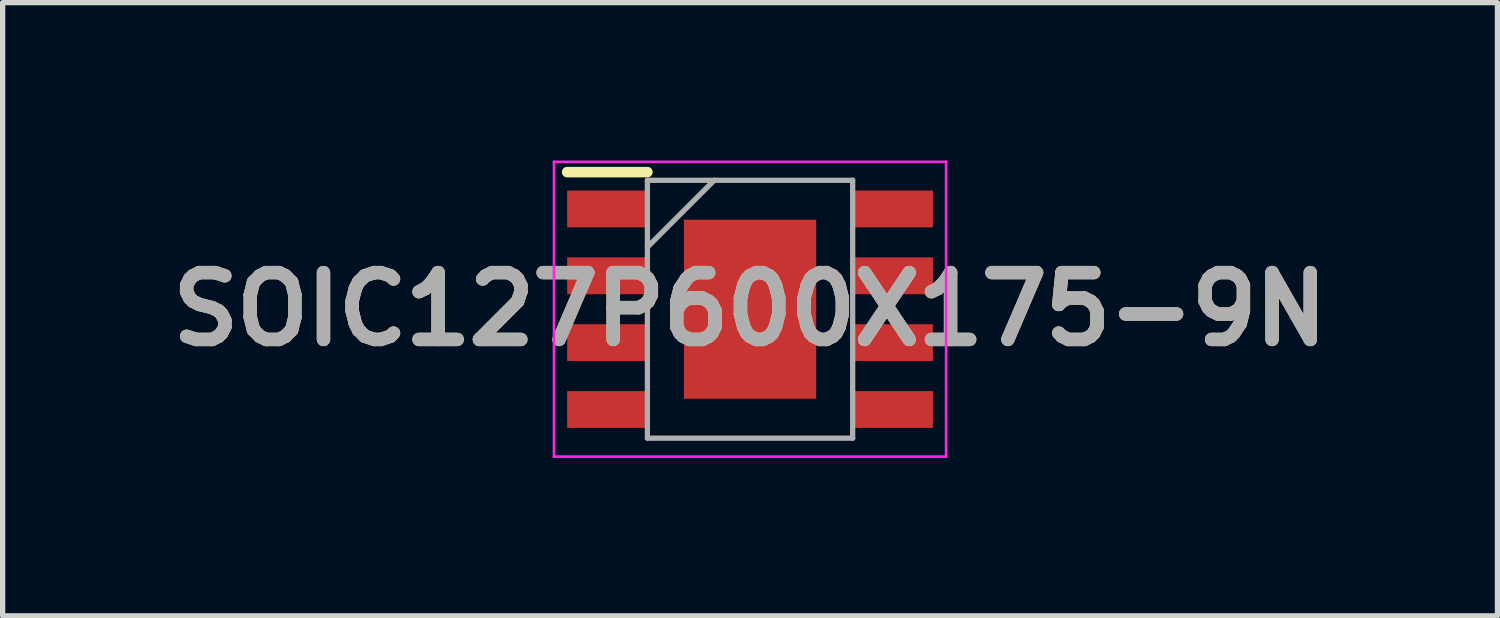
<source format=kicad_pcb>
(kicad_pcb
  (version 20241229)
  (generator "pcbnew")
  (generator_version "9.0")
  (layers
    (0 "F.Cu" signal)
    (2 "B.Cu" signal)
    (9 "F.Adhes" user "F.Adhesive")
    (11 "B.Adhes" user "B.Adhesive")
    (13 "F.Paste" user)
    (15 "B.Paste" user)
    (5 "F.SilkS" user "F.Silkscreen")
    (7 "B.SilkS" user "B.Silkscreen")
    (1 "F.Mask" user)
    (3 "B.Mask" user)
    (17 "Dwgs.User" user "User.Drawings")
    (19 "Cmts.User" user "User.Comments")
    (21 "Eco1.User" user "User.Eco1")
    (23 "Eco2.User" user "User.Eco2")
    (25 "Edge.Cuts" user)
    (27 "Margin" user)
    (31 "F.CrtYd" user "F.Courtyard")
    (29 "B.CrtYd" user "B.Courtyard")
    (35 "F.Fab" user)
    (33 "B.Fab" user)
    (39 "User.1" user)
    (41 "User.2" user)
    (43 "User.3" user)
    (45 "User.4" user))
  (footprint "SOIC127P600X175-9N"
    (layer "F.Cu")
    (at 11.2 2.825)
    (property "Reference" "SOIC127P600X175-9N" (at 0 0 0) (layer "F.SilkS") (effects (font (size 1.27 1.27) (thickness 0.254))))
    (attr smd)
    (fp_line (start -3.475 -2.605) (end -1.95 -2.605) (stroke (width 0.2) (type solid)) (layer "F.SilkS"))
    (fp_line (start -3.725 -2.8) (end 3.725 -2.8) (stroke (width 0.05) (type solid)) (layer "F.CrtYd"))
    (fp_line (start -3.725 2.8) (end -3.725 -2.8) (stroke (width 0.05) (type solid)) (layer "F.CrtYd"))
    (fp_line (start 3.725 -2.8) (end 3.725 2.8) (stroke (width 0.05) (type solid)) (layer "F.CrtYd"))
    (fp_line (start 3.725 2.8) (end -3.725 2.8) (stroke (width 0.05) (type solid)) (layer "F.CrtYd"))
    (fp_line (start -1.95 -2.45) (end 1.95 -2.45) (stroke (width 0.1) (type solid)) (layer "F.Fab"))
    (fp_line (start -1.95 -1.18) (end -0.68 -2.45) (stroke (width 0.1) (type solid)) (layer "F.Fab"))
    (fp_line (start -1.95 2.45) (end -1.95 -2.45) (stroke (width 0.1) (type solid)) (layer "F.Fab"))
    (fp_line (start 1.95 -2.45) (end 1.95 2.45) (stroke (width 0.1) (type solid)) (layer "F.Fab"))
    (fp_line (start 1.95 2.45) (end -1.95 2.45) (stroke (width 0.1) (type solid)) (layer "F.Fab"))
    (fp_text user "${REFERENCE}" (at 0 0 0) (layer "F.Fab") (effects (font (size 1.27 1.27) (thickness 0.254))))
    (pad "1" smd rect (at -2.712 -1.905 90) (size 0.7 1.525) (layers "F.Cu" "F.Mask" "F.Paste"))
    (pad "2" smd rect (at -2.712 -0.635 90) (size 0.7 1.525) (layers "F.Cu" "F.Mask" "F.Paste"))
    (pad "3" smd rect (at -2.712 0.635 90) (size 0.7 1.525) (layers "F.Cu" "F.Mask" "F.Paste"))
    (pad "4" smd rect (at -2.712 1.905 90) (size 0.7 1.525) (layers "F.Cu" "F.Mask" "F.Paste"))
    (pad "5" smd rect (at 2.712 1.905 90) (size 0.7 1.525) (layers "F.Cu" "F.Mask" "F.Paste"))
    (pad "6" smd rect (at 2.712 0.635 90) (size 0.7 1.525) (layers "F.Cu" "F.Mask" "F.Paste"))
    (pad "7" smd rect (at 2.712 -0.635 90) (size 0.7 1.525) (layers "F.Cu" "F.Mask" "F.Paste"))
    (pad "8" smd rect (at 2.712 -1.905 90) (size 0.7 1.525) (layers "F.Cu" "F.Mask" "F.Paste"))
    (pad "9" smd rect (at 0 0) (size 2.513 3.402) (layers "F.Cu" "F.Mask" "F.Paste")))
  (gr_rect
    (start -3 -3)
    (end 25.4 8.65)
    (stroke (width 0.1) (type default))
    (fill no)
    (layer "Edge.Cuts")))
</source>
